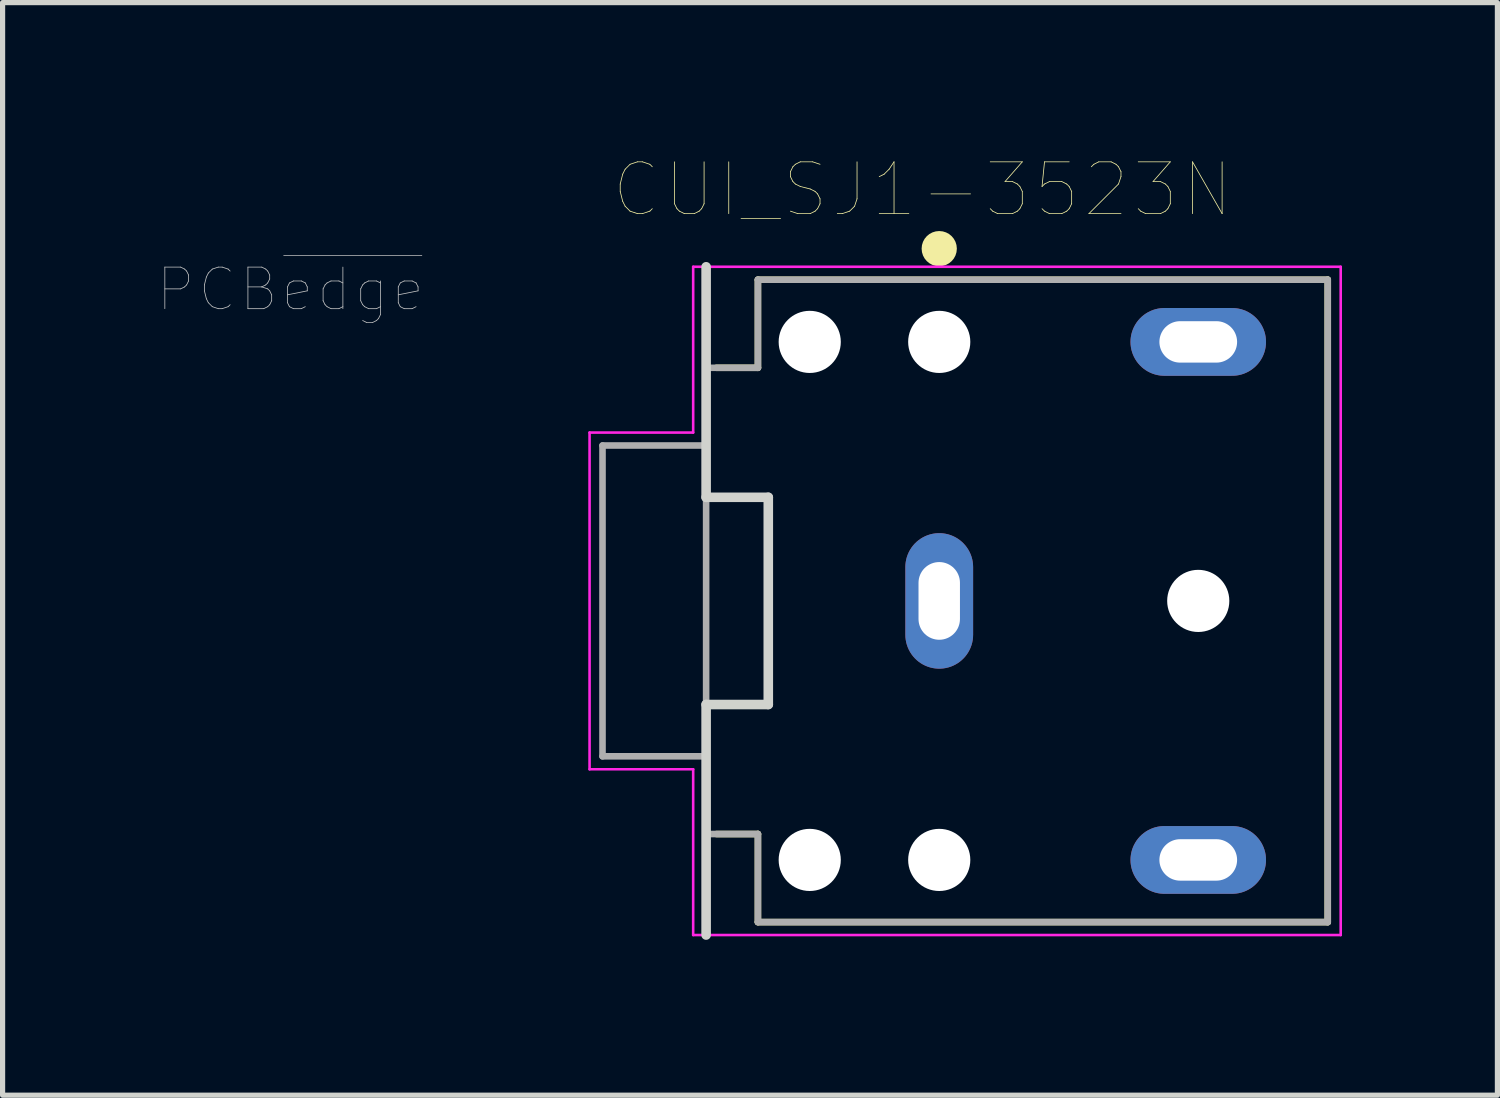
<source format=kicad_pcb>
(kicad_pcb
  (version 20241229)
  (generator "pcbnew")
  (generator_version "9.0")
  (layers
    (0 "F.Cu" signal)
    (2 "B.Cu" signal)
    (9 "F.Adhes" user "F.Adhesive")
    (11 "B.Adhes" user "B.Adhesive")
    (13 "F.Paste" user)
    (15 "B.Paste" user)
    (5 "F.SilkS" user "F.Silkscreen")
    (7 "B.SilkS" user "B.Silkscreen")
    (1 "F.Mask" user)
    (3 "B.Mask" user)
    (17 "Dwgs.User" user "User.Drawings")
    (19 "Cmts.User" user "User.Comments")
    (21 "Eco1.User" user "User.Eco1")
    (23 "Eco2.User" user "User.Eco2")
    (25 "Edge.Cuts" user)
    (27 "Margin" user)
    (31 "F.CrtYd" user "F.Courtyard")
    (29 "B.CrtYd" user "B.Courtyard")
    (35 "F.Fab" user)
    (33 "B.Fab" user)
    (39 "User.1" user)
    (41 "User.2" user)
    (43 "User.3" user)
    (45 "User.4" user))
  (footprint "CUI_SJ1-3523N"
    (layer "F.Cu")
    (at 15.081 8.55)
    (property "Reference" "CUI_SJ1-3523N" (at -0.325 -7.938 0) (layer "F.SilkS") (effects (font (size 1 1) (thickness 0.015))))
    (attr through_hole)
    (fp_line (start -3.5 -6.2) (end -3.5 -4.5) (stroke (width 0.127) (type solid)) (layer "F.SilkS"))
    (fp_line (start -3.5 -4.5) (end -4.3 -4.5) (stroke (width 0.127) (type solid)) (layer "F.SilkS"))
    (fp_line (start -3.5 4.5) (end -4.3 4.5) (stroke (width 0.127) (type solid)) (layer "F.SilkS"))
    (fp_line (start -3.5 4.5) (end -3.5 6.2) (stroke (width 0.127) (type solid)) (layer "F.SilkS"))
    (fp_line (start 7.5 -6.2) (end -3.5 -6.2) (stroke (width 0.127) (type solid)) (layer "F.SilkS"))
    (fp_line (start 7.5 -6.2) (end 7.5 6.2) (stroke (width 0.127) (type solid)) (layer "F.SilkS"))
    (fp_line (start 7.5 6.2) (end -3.5 6.2) (stroke (width 0.127) (type solid)) (layer "F.SilkS"))
    (fp_circle (center 0 -6.8) (end 0.17 -6.8) (stroke (width 0.34) (type solid)) (fill no) (layer "F.SilkS"))
    (fp_line (start -4.5 -6.45) (end -4.5 -2) (stroke (width 0.185) (type solid)) (layer "Edge.Cuts"))
    (fp_line (start -4.5 -2) (end -3.3 -2) (stroke (width 0.185) (type solid)) (layer "Edge.Cuts"))
    (fp_line (start -4.5 2) (end -4.5 6.45) (stroke (width 0.185) (type solid)) (layer "Edge.Cuts"))
    (fp_line (start -3.3 -2) (end -3.3 2) (stroke (width 0.185) (type solid)) (layer "Edge.Cuts"))
    (fp_line (start -3.3 2) (end -4.5 2) (stroke (width 0.185) (type solid)) (layer "Edge.Cuts"))
    (fp_line (start -6.75 -3.25) (end -6.75 3.25) (stroke (width 0.05) (type solid)) (layer "F.CrtYd"))
    (fp_line (start -6.75 3.25) (end -4.75 3.25) (stroke (width 0.05) (type solid)) (layer "F.CrtYd"))
    (fp_line (start -4.75 -6.45) (end -4.75 -3.25) (stroke (width 0.05) (type solid)) (layer "F.CrtYd"))
    (fp_line (start -4.75 -6.45) (end 7.75 -6.45) (stroke (width 0.05) (type solid)) (layer "F.CrtYd"))
    (fp_line (start -4.75 -3.25) (end -6.75 -3.25) (stroke (width 0.05) (type solid)) (layer "F.CrtYd"))
    (fp_line (start -4.75 3.25) (end -4.75 6.45) (stroke (width 0.05) (type solid)) (layer "F.CrtYd"))
    (fp_line (start 7.75 -6.45) (end 7.75 6.45) (stroke (width 0.05) (type solid)) (layer "F.CrtYd"))
    (fp_line (start 7.75 6.45) (end -4.75 6.45) (stroke (width 0.05) (type solid)) (layer "F.CrtYd"))
    (fp_line (start -6.5 -3) (end -6.5 3) (stroke (width 0.127) (type solid)) (layer "F.Fab"))
    (fp_line (start -6.5 3) (end -4.5 3) (stroke (width 0.127) (type solid)) (layer "F.Fab"))
    (fp_line (start -4.5 -4.5) (end -4.5 -3) (stroke (width 0.127) (type solid)) (layer "F.Fab"))
    (fp_line (start -4.5 -3) (end -6.5 -3) (stroke (width 0.127) (type solid)) (layer "F.Fab"))
    (fp_line (start -4.5 -3) (end -4.5 3) (stroke (width 0.127) (type solid)) (layer "F.Fab"))
    (fp_line (start -4.5 3) (end -4.5 4.5) (stroke (width 0.127) (type solid)) (layer "F.Fab"))
    (fp_line (start -4.5 4.5) (end -3.5 4.5) (stroke (width 0.127) (type solid)) (layer "F.Fab"))
    (fp_line (start -3.5 -6.2) (end -3.5 -4.5) (stroke (width 0.127) (type solid)) (layer "F.Fab"))
    (fp_line (start -3.5 -4.5) (end -4.5 -4.5) (stroke (width 0.127) (type solid)) (layer "F.Fab"))
    (fp_line (start -3.5 4.5) (end -3.5 6.2) (stroke (width 0.127) (type solid)) (layer "F.Fab"))
    (fp_line (start 7.5 -6.2) (end -3.5 -6.2) (stroke (width 0.127) (type solid)) (layer "F.Fab"))
    (fp_line (start 7.5 -6.2) (end 7.5 6.2) (stroke (width 0.127) (type solid)) (layer "F.Fab"))
    (fp_line (start 7.5 6.2) (end -3.5 6.2) (stroke (width 0.127) (type solid)) (layer "F.Fab"))
    (fp_text user "PCB~{edge}" (at -12.524 -6.012 0) (layer "Dwgs.User") (effects (font (size 0.802 0.802) (thickness 0.015))))
    (pad "" np_thru_hole circle (at -2.5 -5) (size 1.2 1.2) (drill 1.2) (layers "*.Cu" "*.Mask"))
    (pad "" np_thru_hole circle (at -2.5 5) (size 1.2 1.2) (drill 1.2) (layers "*.Cu" "*.Mask"))
    (pad "" np_thru_hole circle (at 0 -5) (size 1.2 1.2) (drill 1.2) (layers "*.Cu" "*.Mask"))
    (pad "" np_thru_hole circle (at 0 5) (size 1.2 1.2) (drill 1.2) (layers "*.Cu" "*.Mask"))
    (pad "" np_thru_hole circle (at 5 0) (size 1.2 1.2) (drill 1.2) (layers "*.Cu" "*.Mask"))
    (pad "1" thru_hole oval (at 0 0) (size 1.308 2.616) (drill oval 0.8 1.5) (layers "*.Cu" "*.Mask"))
    (pad "2" thru_hole oval (at 5 5) (size 2.616 1.308) (drill oval 1.5 0.8) (layers "*.Cu" "*.Mask"))
    (pad "3" thru_hole oval (at 5 -5) (size 2.616 1.308) (drill oval 1.5 0.8) (layers "*.Cu" "*.Mask")))
  (gr_rect
    (start -3 -3)
    (end 25.856 18.092)
    (stroke (width 0.1) (type default))
    (fill no)
    (layer "Edge.Cuts")))
</source>
